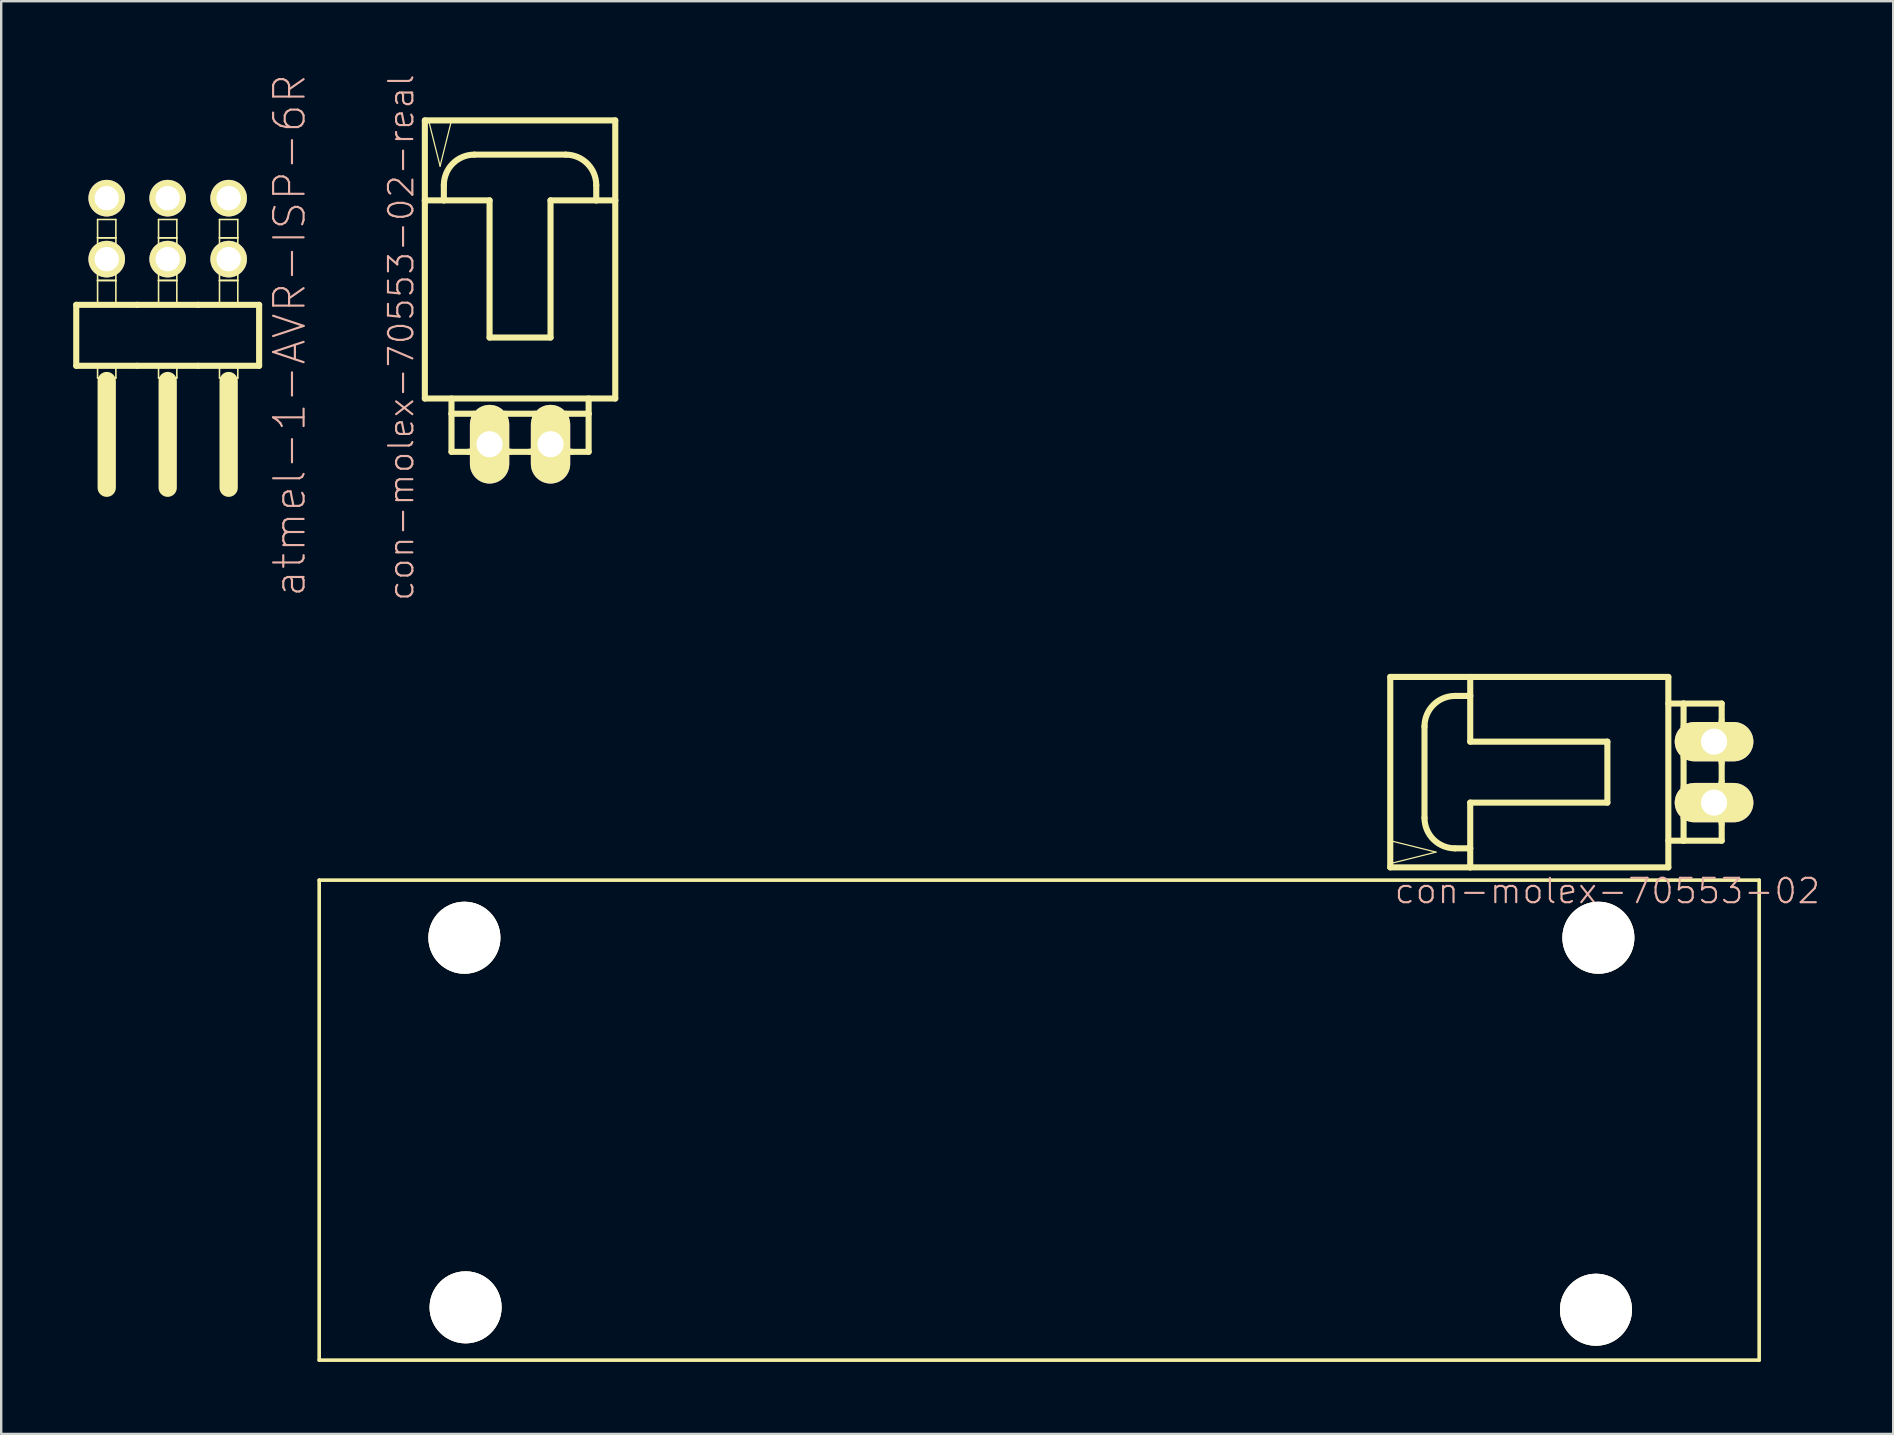
<source format=kicad_pcb>
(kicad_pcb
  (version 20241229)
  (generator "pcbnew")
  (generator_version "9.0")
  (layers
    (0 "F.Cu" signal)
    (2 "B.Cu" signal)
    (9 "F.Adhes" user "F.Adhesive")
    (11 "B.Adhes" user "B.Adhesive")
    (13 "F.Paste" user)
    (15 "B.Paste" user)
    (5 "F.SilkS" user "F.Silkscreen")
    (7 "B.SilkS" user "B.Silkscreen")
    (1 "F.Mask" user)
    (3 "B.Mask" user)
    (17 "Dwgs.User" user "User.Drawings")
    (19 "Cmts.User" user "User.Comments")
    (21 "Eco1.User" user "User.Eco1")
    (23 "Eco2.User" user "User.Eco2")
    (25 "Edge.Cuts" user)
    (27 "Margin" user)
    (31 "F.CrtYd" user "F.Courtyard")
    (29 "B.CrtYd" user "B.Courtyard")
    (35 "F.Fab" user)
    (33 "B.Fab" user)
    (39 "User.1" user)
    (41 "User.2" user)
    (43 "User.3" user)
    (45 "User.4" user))
  (footprint "atmel-1-AVR-ISP-6R"
    (layer "F.Cu")
    (at 3.937 6.477)
    (property "Reference" "atmel-1-AVR-ISP-6R" (at 5.08 4.445 270) (layer "B.SilkS") (effects (font (size 1.27 1.27) (thickness 0.089))))
    (attr exclude_from_pos_files exclude_from_bom)
    (fp_line (start -3.81 3.175) (end -3.81 5.715) (stroke (width 0.254) (type solid)) (layer "F.SilkS"))
    (fp_line (start -3.81 5.715) (end -1.27 5.715) (stroke (width 0.254) (type solid)) (layer "F.SilkS"))
    (fp_line (start -2.921 -0.381) (end -2.159 -0.381) (stroke (width 0.066) (type solid)) (layer "F.SilkS"))
    (fp_line (start -2.921 0.381) (end -2.921 -0.381) (stroke (width 0.066) (type solid)) (layer "F.SilkS"))
    (fp_line (start -2.921 0.381) (end -2.159 0.381) (stroke (width 0.066) (type solid)) (layer "F.SilkS"))
    (fp_line (start -2.921 0.381) (end -2.159 0.381) (stroke (width 0.066) (type solid)) (layer "F.SilkS"))
    (fp_line (start -2.921 2.159) (end -2.921 0.381) (stroke (width 0.066) (type solid)) (layer "F.SilkS"))
    (fp_line (start -2.921 2.159) (end -2.159 2.159) (stroke (width 0.066) (type solid)) (layer "F.SilkS"))
    (fp_line (start -2.921 2.159) (end -2.159 2.159) (stroke (width 0.066) (type solid)) (layer "F.SilkS"))
    (fp_line (start -2.921 3.175) (end -2.921 2.159) (stroke (width 0.066) (type solid)) (layer "F.SilkS"))
    (fp_line (start -2.921 3.175) (end -2.159 3.175) (stroke (width 0.066) (type solid)) (layer "F.SilkS"))
    (fp_line (start -2.921 5.715) (end -2.159 5.715) (stroke (width 0.066) (type solid)) (layer "F.SilkS"))
    (fp_line (start -2.921 6.223) (end -2.921 5.715) (stroke (width 0.066) (type solid)) (layer "F.SilkS"))
    (fp_line (start -2.921 6.223) (end -2.159 6.223) (stroke (width 0.066) (type solid)) (layer "F.SilkS"))
    (fp_line (start -2.54 10.795) (end -2.54 6.35) (stroke (width 0.762) (type solid)) (layer "F.SilkS"))
    (fp_line (start -2.159 0.381) (end -2.159 -0.381) (stroke (width 0.066) (type solid)) (layer "F.SilkS"))
    (fp_line (start -2.159 2.159) (end -2.159 0.381) (stroke (width 0.066) (type solid)) (layer "F.SilkS"))
    (fp_line (start -2.159 3.175) (end -2.159 2.159) (stroke (width 0.066) (type solid)) (layer "F.SilkS"))
    (fp_line (start -2.159 6.223) (end -2.159 5.715) (stroke (width 0.066) (type solid)) (layer "F.SilkS"))
    (fp_line (start -1.27 3.175) (end -3.81 3.175) (stroke (width 0.254) (type solid)) (layer "F.SilkS"))
    (fp_line (start -1.27 5.715) (end 1.27 5.715) (stroke (width 0.254) (type solid)) (layer "F.SilkS"))
    (fp_line (start -0.381 -0.381) (end 0.381 -0.381) (stroke (width 0.066) (type solid)) (layer "F.SilkS"))
    (fp_line (start -0.381 0.381) (end -0.381 -0.381) (stroke (width 0.066) (type solid)) (layer "F.SilkS"))
    (fp_line (start -0.381 0.381) (end 0.381 0.381) (stroke (width 0.066) (type solid)) (layer "F.SilkS"))
    (fp_line (start -0.381 0.381) (end 0.381 0.381) (stroke (width 0.066) (type solid)) (layer "F.SilkS"))
    (fp_line (start -0.381 2.159) (end -0.381 0.381) (stroke (width 0.066) (type solid)) (layer "F.SilkS"))
    (fp_line (start -0.381 2.159) (end 0.381 2.159) (stroke (width 0.066) (type solid)) (layer "F.SilkS"))
    (fp_line (start -0.381 2.159) (end 0.381 2.159) (stroke (width 0.066) (type solid)) (layer "F.SilkS"))
    (fp_line (start -0.381 3.175) (end -0.381 2.159) (stroke (width 0.066) (type solid)) (layer "F.SilkS"))
    (fp_line (start -0.381 3.175) (end 0.381 3.175) (stroke (width 0.066) (type solid)) (layer "F.SilkS"))
    (fp_line (start -0.381 5.715) (end 0.381 5.715) (stroke (width 0.066) (type solid)) (layer "F.SilkS"))
    (fp_line (start -0.381 6.223) (end -0.381 5.715) (stroke (width 0.066) (type solid)) (layer "F.SilkS"))
    (fp_line (start -0.381 6.223) (end 0.381 6.223) (stroke (width 0.066) (type solid)) (layer "F.SilkS"))
    (fp_line (start 0 10.795) (end 0 6.35) (stroke (width 0.762) (type solid)) (layer "F.SilkS"))
    (fp_line (start 0.381 0.381) (end 0.381 -0.381) (stroke (width 0.066) (type solid)) (layer "F.SilkS"))
    (fp_line (start 0.381 2.159) (end 0.381 0.381) (stroke (width 0.066) (type solid)) (layer "F.SilkS"))
    (fp_line (start 0.381 3.175) (end 0.381 2.159) (stroke (width 0.066) (type solid)) (layer "F.SilkS"))
    (fp_line (start 0.381 6.223) (end 0.381 5.715) (stroke (width 0.066) (type solid)) (layer "F.SilkS"))
    (fp_line (start 1.27 3.175) (end -1.27 3.175) (stroke (width 0.254) (type solid)) (layer "F.SilkS"))
    (fp_line (start 1.27 5.715) (end 3.81 5.715) (stroke (width 0.254) (type solid)) (layer "F.SilkS"))
    (fp_line (start 2.159 -0.381) (end 2.921 -0.381) (stroke (width 0.066) (type solid)) (layer "F.SilkS"))
    (fp_line (start 2.159 0.381) (end 2.159 -0.381) (stroke (width 0.066) (type solid)) (layer "F.SilkS"))
    (fp_line (start 2.159 0.381) (end 2.921 0.381) (stroke (width 0.066) (type solid)) (layer "F.SilkS"))
    (fp_line (start 2.159 0.381) (end 2.921 0.381) (stroke (width 0.066) (type solid)) (layer "F.SilkS"))
    (fp_line (start 2.159 2.159) (end 2.159 0.381) (stroke (width 0.066) (type solid)) (layer "F.SilkS"))
    (fp_line (start 2.159 2.159) (end 2.921 2.159) (stroke (width 0.066) (type solid)) (layer "F.SilkS"))
    (fp_line (start 2.159 2.159) (end 2.921 2.159) (stroke (width 0.066) (type solid)) (layer "F.SilkS"))
    (fp_line (start 2.159 3.175) (end 2.159 2.159) (stroke (width 0.066) (type solid)) (layer "F.SilkS"))
    (fp_line (start 2.159 3.175) (end 2.921 3.175) (stroke (width 0.066) (type solid)) (layer "F.SilkS"))
    (fp_line (start 2.159 5.715) (end 2.921 5.715) (stroke (width 0.066) (type solid)) (layer "F.SilkS"))
    (fp_line (start 2.159 6.223) (end 2.159 5.715) (stroke (width 0.066) (type solid)) (layer "F.SilkS"))
    (fp_line (start 2.159 6.223) (end 2.921 6.223) (stroke (width 0.066) (type solid)) (layer "F.SilkS"))
    (fp_line (start 2.54 10.795) (end 2.54 6.35) (stroke (width 0.762) (type solid)) (layer "F.SilkS"))
    (fp_line (start 2.921 0.381) (end 2.921 -0.381) (stroke (width 0.066) (type solid)) (layer "F.SilkS"))
    (fp_line (start 2.921 2.159) (end 2.921 0.381) (stroke (width 0.066) (type solid)) (layer "F.SilkS"))
    (fp_line (start 2.921 3.175) (end 2.921 2.159) (stroke (width 0.066) (type solid)) (layer "F.SilkS"))
    (fp_line (start 2.921 6.223) (end 2.921 5.715) (stroke (width 0.066) (type solid)) (layer "F.SilkS"))
    (fp_line (start 3.81 3.175) (end 1.27 3.175) (stroke (width 0.254) (type solid)) (layer "F.SilkS"))
    (fp_line (start 3.81 5.715) (end 3.81 3.175) (stroke (width 0.254) (type solid)) (layer "F.SilkS"))
    (pad "1" thru_hole circle (at -2.54 1.27) (size 1.524 1.524) (drill 1.016) (layers "*.Cu" "*.Mask" "F.SilkS" "F.Paste"))
    (pad "2" thru_hole circle (at -2.54 -1.27) (size 1.524 1.524) (drill 1.016) (layers "*.Cu" "*.Mask" "F.SilkS" "F.Paste"))
    (pad "3" thru_hole circle (at 0 1.27) (size 1.524 1.524) (drill 1.016) (layers "*.Cu" "*.Mask" "F.SilkS" "F.Paste"))
    (pad "4" thru_hole circle (at 0 -1.27) (size 1.524 1.524) (drill 1.016) (layers "*.Cu" "*.Mask" "F.SilkS" "F.Paste"))
    (pad "5" thru_hole circle (at 2.54 1.27) (size 1.524 1.524) (drill 1.016) (layers "*.Cu" "*.Mask" "F.SilkS" "F.Paste"))
    (pad "6" thru_hole circle (at 2.54 -1.27) (size 1.524 1.524) (drill 1.016) (layers "*.Cu" "*.Mask" "F.SilkS" "F.Paste")))
  (footprint "con-molex-70553-02"
    (layer "F.Cu")
    (at 0.25 43.623)
    (property "Reference" "con-molex-70553-02" (at 63.675 -9.547 180) (layer "B.SilkS") (effects (font (size 1.016 1.016) (thickness 0.089))))
    (attr exclude_from_pos_files exclude_from_bom)
    (fp_line (start 10 -10) (end 70 -10) (stroke (width 0.15) (type solid)) (layer "F.SilkS"))
    (fp_line (start 10 10) (end 10 -10) (stroke (width 0.15) (type solid)) (layer "F.SilkS"))
    (fp_line (start 54.628 -18.467) (end 54.628 -10.533) (stroke (width 0.254) (type solid)) (layer "F.SilkS"))
    (fp_line (start 54.628 -11.643) (end 54.628 -10.69) (stroke (width 0.051) (type solid)) (layer "F.SilkS"))
    (fp_line (start 54.628 -10.69) (end 56.533 -11.168) (stroke (width 0.051) (type solid)) (layer "F.SilkS"))
    (fp_line (start 54.628 -10.533) (end 57.96 -10.533) (stroke (width 0.254) (type solid)) (layer "F.SilkS"))
    (fp_line (start 56.055 -12.595) (end 56.055 -16.405) (stroke (width 0.254) (type solid)) (layer "F.SilkS"))
    (fp_line (start 56.533 -11.168) (end 54.628 -11.643) (stroke (width 0.051) (type solid)) (layer "F.SilkS"))
    (fp_line (start 57.325 -17.675) (end 57.96 -17.675) (stroke (width 0.254) (type solid)) (layer "F.SilkS"))
    (fp_line (start 57.96 -18.467) (end 54.628 -18.467) (stroke (width 0.254) (type solid)) (layer "F.SilkS"))
    (fp_line (start 57.96 -17.675) (end 57.96 -18.467) (stroke (width 0.254) (type solid)) (layer "F.SilkS"))
    (fp_line (start 57.96 -15.77) (end 57.96 -17.675) (stroke (width 0.254) (type solid)) (layer "F.SilkS"))
    (fp_line (start 57.96 -13.23) (end 63.675 -13.23) (stroke (width 0.254) (type solid)) (layer "F.SilkS"))
    (fp_line (start 57.96 -11.325) (end 57.325 -11.325) (stroke (width 0.254) (type solid)) (layer "F.SilkS"))
    (fp_line (start 57.96 -11.325) (end 57.96 -13.23) (stroke (width 0.254) (type solid)) (layer "F.SilkS"))
    (fp_line (start 57.96 -10.533) (end 57.96 -11.325) (stroke (width 0.254) (type solid)) (layer "F.SilkS"))
    (fp_line (start 57.96 -10.533) (end 66.215 -10.533) (stroke (width 0.254) (type solid)) (layer "F.SilkS"))
    (fp_line (start 63.675 -15.77) (end 57.96 -15.77) (stroke (width 0.254) (type solid)) (layer "F.SilkS"))
    (fp_line (start 63.675 -13.23) (end 63.675 -15.77) (stroke (width 0.254) (type solid)) (layer "F.SilkS"))
    (fp_line (start 66.215 -18.467) (end 57.96 -18.467) (stroke (width 0.254) (type solid)) (layer "F.SilkS"))
    (fp_line (start 66.215 -11.643) (end 66.85 -11.643) (stroke (width 0.254) (type solid)) (layer "F.SilkS"))
    (fp_line (start 66.215 -10.533) (end 66.215 -18.467) (stroke (width 0.254) (type solid)) (layer "F.SilkS"))
    (fp_line (start 66.85 -17.358) (end 66.215 -17.358) (stroke (width 0.254) (type solid)) (layer "F.SilkS"))
    (fp_line (start 66.85 -16.405) (end 66.85 -17.358) (stroke (width 0.254) (type solid)) (layer "F.SilkS"))
    (fp_line (start 66.85 -16.405) (end 68.183 -16.405) (stroke (width 0.254) (type solid)) (layer "F.SilkS"))
    (fp_line (start 66.85 -15.453) (end 66.85 -16.087) (stroke (width 0.066) (type solid)) (layer "F.SilkS"))
    (fp_line (start 66.85 -15.135) (end 66.85 -16.405) (stroke (width 0.127) (type solid)) (layer "F.SilkS"))
    (fp_line (start 66.85 -15.135) (end 68.183 -15.135) (stroke (width 0.254) (type solid)) (layer "F.SilkS"))
    (fp_line (start 66.85 -13.865) (end 66.85 -15.135) (stroke (width 0.254) (type solid)) (layer "F.SilkS"))
    (fp_line (start 66.85 -13.865) (end 68.183 -13.865) (stroke (width 0.254) (type solid)) (layer "F.SilkS"))
    (fp_line (start 66.85 -12.912) (end 66.85 -13.547) (stroke (width 0.066) (type solid)) (layer "F.SilkS"))
    (fp_line (start 66.85 -12.595) (end 66.85 -13.865) (stroke (width 0.127) (type solid)) (layer "F.SilkS"))
    (fp_line (start 66.85 -12.595) (end 68.183 -12.595) (stroke (width 0.254) (type solid)) (layer "F.SilkS"))
    (fp_line (start 66.85 -11.643) (end 66.85 -12.595) (stroke (width 0.254) (type solid)) (layer "F.SilkS"))
    (fp_line (start 66.85 -11.643) (end 68.438 -11.643) (stroke (width 0.254) (type solid)) (layer "F.SilkS"))
    (fp_line (start 68.12 -16.087) (end 66.85 -16.087) (stroke (width 0.066) (type solid)) (layer "F.SilkS"))
    (fp_line (start 68.12 -15.453) (end 66.85 -15.453) (stroke (width 0.066) (type solid)) (layer "F.SilkS"))
    (fp_line (start 68.12 -15.453) (end 68.12 -16.087) (stroke (width 0.066) (type solid)) (layer "F.SilkS"))
    (fp_line (start 68.12 -13.547) (end 66.85 -13.547) (stroke (width 0.066) (type solid)) (layer "F.SilkS"))
    (fp_line (start 68.12 -12.912) (end 66.85 -12.912) (stroke (width 0.066) (type solid)) (layer "F.SilkS"))
    (fp_line (start 68.12 -12.912) (end 68.12 -13.547) (stroke (width 0.066) (type solid)) (layer "F.SilkS"))
    (fp_line (start 68.438 -17.358) (end 66.85 -17.358) (stroke (width 0.254) (type solid)) (layer "F.SilkS"))
    (fp_line (start 68.438 -16.659) (end 68.438 -17.358) (stroke (width 0.254) (type solid)) (layer "F.SilkS"))
    (fp_line (start 68.438 -14.881) (end 68.438 -14.119) (stroke (width 0.254) (type solid)) (layer "F.SilkS"))
    (fp_line (start 68.438 -12.341) (end 68.438 -11.643) (stroke (width 0.254) (type solid)) (layer "F.SilkS"))
    (fp_line (start 70 -10) (end 70 10) (stroke (width 0.15) (type solid)) (layer "F.SilkS"))
    (fp_line (start 70 10) (end 10 10) (stroke (width 0.15) (type solid)) (layer "F.SilkS"))
    (fp_arc (start 56.055 -16.405) (mid 56.426974 -17.303026) (end 57.325 -17.675) (stroke (width 0.254) (type solid)) (layer "F.SilkS"))
    (fp_arc (start 57.325 -11.325) (mid 56.426974 -11.696974) (end 56.055 -12.595) (stroke (width 0.254) (type solid)) (layer "F.SilkS"))
    (fp_arc (start 68.1835 -15.135) (mid 68.363105 -15.060605) (end 68.4375 -14.881) (stroke (width 0.254) (type solid)) (layer "F.SilkS"))
    (fp_arc (start 68.1835 -12.595) (mid 68.363105 -12.520605) (end 68.4375 -12.341) (stroke (width 0.254) (type solid)) (layer "F.SilkS"))
    (fp_arc (start 68.4375 -16.659) (mid 68.363105 -16.479395) (end 68.1835 -16.405) (stroke (width 0.254) (type solid)) (layer "F.SilkS"))
    (fp_arc (start 68.4375 -14.119) (mid 68.363105 -13.939395) (end 68.1835 -13.865) (stroke (width 0.254) (type solid)) (layer "F.SilkS"))
    (pad "" thru_hole circle (at 16.05 -7.6) (size 3 3) (drill 3) (layers "*.Cu" "*.Mask" "F.SilkS"))
    (pad "" thru_hole circle (at 16.1 7.8) (size 3 3) (drill 3) (layers "*.Cu" "*.Mask" "F.SilkS"))
    (pad "" thru_hole circle (at 63.2 7.9) (size 3 3) (drill 3) (layers "*.Cu" "*.Mask" "F.SilkS"))
    (pad "" thru_hole circle (at 63.3 -7.6) (size 3 3) (drill 3) (layers "*.Cu" "*.Mask" "F.SilkS"))
    (pad "1" thru_hole oval (at 68.12 -13.23 90) (size 1.638 3.277) (drill 1.09) (layers "*.Cu" "*.Mask" "F.SilkS" "F.Paste"))
    (pad "2" thru_hole oval (at 68.12 -15.77 90) (size 1.638 3.277) (drill 1.09) (layers "*.Cu" "*.Mask" "F.SilkS" "F.Paste")))
  (footprint "con-molex-70553-02-real"
    (layer "F.Cu")
    (at 18.619 7.839)
    (property "Reference" "con-molex-70553-02-real" (at -4.953 3.175 90) (layer "B.SilkS") (effects (font (size 1.016 1.016) (thickness 0.089))))
    (attr exclude_from_pos_files exclude_from_bom)
    (fp_line (start -3.967 -5.872) (end -3.967 -2.54) (stroke (width 0.254) (type solid)) (layer "F.SilkS"))
    (fp_line (start -3.967 -2.54) (end -3.967 5.715) (stroke (width 0.254) (type solid)) (layer "F.SilkS"))
    (fp_line (start -3.967 -2.54) (end -3.175 -2.54) (stroke (width 0.254) (type solid)) (layer "F.SilkS"))
    (fp_line (start -3.967 5.715) (end 3.967 5.715) (stroke (width 0.254) (type solid)) (layer "F.SilkS"))
    (fp_line (start -3.81 -5.872) (end -3.332 -3.967) (stroke (width 0.051) (type solid)) (layer "F.SilkS"))
    (fp_line (start -3.332 -3.967) (end -2.857 -5.872) (stroke (width 0.051) (type solid)) (layer "F.SilkS"))
    (fp_line (start -3.175 -2.54) (end -3.175 -3.175) (stroke (width 0.254) (type solid)) (layer "F.SilkS"))
    (fp_line (start -3.175 -2.54) (end -1.27 -2.54) (stroke (width 0.254) (type solid)) (layer "F.SilkS"))
    (fp_line (start -2.857 -5.872) (end -3.81 -5.872) (stroke (width 0.051) (type solid)) (layer "F.SilkS"))
    (fp_line (start -2.857 5.715) (end -2.857 6.35) (stroke (width 0.254) (type solid)) (layer "F.SilkS"))
    (fp_line (start -2.857 6.35) (end -2.857 7.938) (stroke (width 0.254) (type solid)) (layer "F.SilkS"))
    (fp_line (start -2.857 6.35) (end -1.905 6.35) (stroke (width 0.254) (type solid)) (layer "F.SilkS"))
    (fp_line (start -2.159 7.938) (end -2.857 7.938) (stroke (width 0.254) (type solid)) (layer "F.SilkS"))
    (fp_line (start -1.905 -4.445) (end 1.905 -4.445) (stroke (width 0.254) (type solid)) (layer "F.SilkS"))
    (fp_line (start -1.905 6.35) (end -1.905 7.684) (stroke (width 0.254) (type solid)) (layer "F.SilkS"))
    (fp_line (start -1.905 6.35) (end -0.635 6.35) (stroke (width 0.127) (type solid)) (layer "F.SilkS"))
    (fp_line (start -1.587 6.35) (end -0.953 6.35) (stroke (width 0.066) (type solid)) (layer "F.SilkS"))
    (fp_line (start -1.587 7.62) (end -1.587 6.35) (stroke (width 0.066) (type solid)) (layer "F.SilkS"))
    (fp_line (start -1.587 7.62) (end -0.953 7.62) (stroke (width 0.066) (type solid)) (layer "F.SilkS"))
    (fp_line (start -1.27 -2.54) (end -1.27 3.175) (stroke (width 0.254) (type solid)) (layer "F.SilkS"))
    (fp_line (start -1.27 3.175) (end 1.27 3.175) (stroke (width 0.254) (type solid)) (layer "F.SilkS"))
    (fp_line (start -0.953 7.62) (end -0.953 6.35) (stroke (width 0.066) (type solid)) (layer "F.SilkS"))
    (fp_line (start -0.635 6.35) (end -0.635 7.684) (stroke (width 0.254) (type solid)) (layer "F.SilkS"))
    (fp_line (start -0.635 6.35) (end 0.635 6.35) (stroke (width 0.254) (type solid)) (layer "F.SilkS"))
    (fp_line (start 0.381 7.938) (end -0.381 7.938) (stroke (width 0.254) (type solid)) (layer "F.SilkS"))
    (fp_line (start 0.635 6.35) (end 0.635 7.684) (stroke (width 0.254) (type solid)) (layer "F.SilkS"))
    (fp_line (start 0.635 6.35) (end 1.905 6.35) (stroke (width 0.127) (type solid)) (layer "F.SilkS"))
    (fp_line (start 0.953 6.35) (end 1.587 6.35) (stroke (width 0.066) (type solid)) (layer "F.SilkS"))
    (fp_line (start 0.953 7.62) (end 0.953 6.35) (stroke (width 0.066) (type solid)) (layer "F.SilkS"))
    (fp_line (start 0.953 7.62) (end 1.587 7.62) (stroke (width 0.066) (type solid)) (layer "F.SilkS"))
    (fp_line (start 1.27 -2.54) (end 3.175 -2.54) (stroke (width 0.254) (type solid)) (layer "F.SilkS"))
    (fp_line (start 1.27 3.175) (end 1.27 -2.54) (stroke (width 0.254) (type solid)) (layer "F.SilkS"))
    (fp_line (start 1.587 7.62) (end 1.587 6.35) (stroke (width 0.066) (type solid)) (layer "F.SilkS"))
    (fp_line (start 1.905 6.35) (end 1.905 7.684) (stroke (width 0.254) (type solid)) (layer "F.SilkS"))
    (fp_line (start 1.905 6.35) (end 2.857 6.35) (stroke (width 0.254) (type solid)) (layer "F.SilkS"))
    (fp_line (start 2.159 7.938) (end 2.857 7.938) (stroke (width 0.254) (type solid)) (layer "F.SilkS"))
    (fp_line (start 2.857 6.35) (end 2.857 5.715) (stroke (width 0.254) (type solid)) (layer "F.SilkS"))
    (fp_line (start 2.857 7.938) (end 2.857 6.35) (stroke (width 0.254) (type solid)) (layer "F.SilkS"))
    (fp_line (start 3.175 -3.175) (end 3.175 -2.54) (stroke (width 0.254) (type solid)) (layer "F.SilkS"))
    (fp_line (start 3.175 -2.54) (end 3.967 -2.54) (stroke (width 0.254) (type solid)) (layer "F.SilkS"))
    (fp_line (start 3.967 -5.872) (end -3.967 -5.872) (stroke (width 0.254) (type solid)) (layer "F.SilkS"))
    (fp_line (start 3.967 -2.54) (end 3.967 -5.872) (stroke (width 0.254) (type solid)) (layer "F.SilkS"))
    (fp_line (start 3.967 5.715) (end 3.967 -2.54) (stroke (width 0.254) (type solid)) (layer "F.SilkS"))
    (fp_arc (start -3.175 -3.175) (mid -2.803026 -4.073026) (end -1.905 -4.445) (stroke (width 0.254) (type solid)) (layer "F.SilkS"))
    (fp_arc (start -1.905 7.6835) (mid -1.979395 7.863105) (end -2.159 7.9375) (stroke (width 0.254) (type solid)) (layer "F.SilkS"))
    (fp_arc (start -0.381 7.9375) (mid -0.560605 7.863105) (end -0.635 7.6835) (stroke (width 0.254) (type solid)) (layer "F.SilkS"))
    (fp_arc (start 0.635 7.6835) (mid 0.560605 7.863105) (end 0.381 7.9375) (stroke (width 0.254) (type solid)) (layer "F.SilkS"))
    (fp_arc (start 1.905 -4.445) (mid 2.803026 -4.073026) (end 3.175 -3.175) (stroke (width 0.254) (type solid)) (layer "F.SilkS"))
    (fp_arc (start 2.159 7.9375) (mid 1.979395 7.863105) (end 1.905 7.6835) (stroke (width 0.254) (type solid)) (layer "F.SilkS"))
    (pad "1" thru_hole oval (at -1.27 7.62) (size 1.638 3.277) (drill 1.09) (layers "*.Cu" "*.Mask" "F.SilkS" "F.Paste"))
    (pad "2" thru_hole oval (at 1.27 7.62) (size 1.638 3.277) (drill 1.09) (layers "*.Cu" "*.Mask" "F.SilkS" "F.Paste")))
  (gr_rect
    (start -3 -3)
    (end 75.835 56.698)
    (stroke (width 0.1) (type default))
    (fill no)
    (layer "Edge.Cuts")))
</source>
